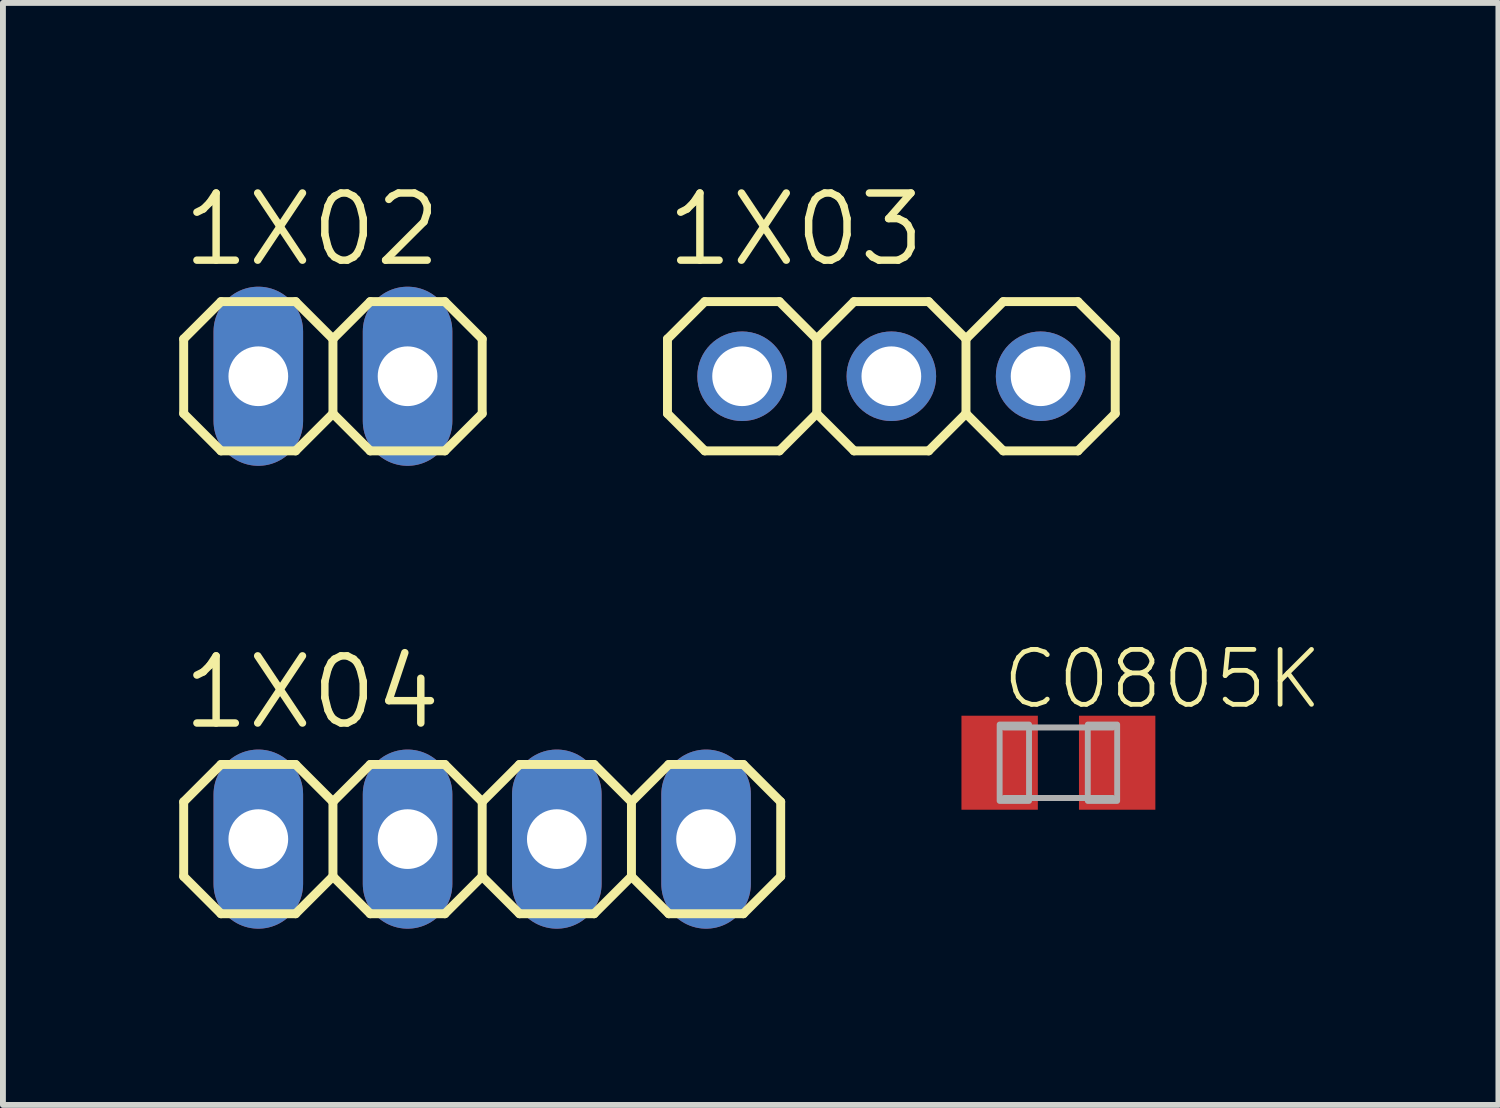
<source format=kicad_pcb>
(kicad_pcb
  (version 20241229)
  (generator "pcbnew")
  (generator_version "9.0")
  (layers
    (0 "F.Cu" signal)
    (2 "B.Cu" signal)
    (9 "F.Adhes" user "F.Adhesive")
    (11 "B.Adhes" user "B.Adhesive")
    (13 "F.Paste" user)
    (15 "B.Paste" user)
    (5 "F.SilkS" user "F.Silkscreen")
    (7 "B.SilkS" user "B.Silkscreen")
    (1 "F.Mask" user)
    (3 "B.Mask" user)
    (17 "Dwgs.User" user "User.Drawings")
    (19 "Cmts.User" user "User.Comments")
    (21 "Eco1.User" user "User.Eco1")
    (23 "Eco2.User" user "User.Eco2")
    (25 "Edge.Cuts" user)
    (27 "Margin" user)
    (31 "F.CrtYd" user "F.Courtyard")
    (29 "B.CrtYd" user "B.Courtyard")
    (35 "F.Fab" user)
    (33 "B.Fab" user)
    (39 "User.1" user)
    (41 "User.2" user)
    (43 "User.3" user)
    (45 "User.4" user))
  (footprint "1X04"
    (layer "F.Cu")
    (at 5.156 11.23)
    (property "Reference" "1X04" (at -5.156 -1.829 0) (layer "F.SilkS") (effects (font (size 1.143 1.143) (thickness 0.127)) (justify left bottom)))
    (fp_line (start -5.08 -0.635) (end -5.08 0.635) (stroke (width 0.152) (type solid)) (layer "F.SilkS"))
    (fp_line (start -5.08 0.635) (end -4.445 1.27) (stroke (width 0.152) (type solid)) (layer "F.SilkS"))
    (fp_line (start -4.445 -1.27) (end -5.08 -0.635) (stroke (width 0.152) (type solid)) (layer "F.SilkS"))
    (fp_line (start -4.445 -1.27) (end -3.175 -1.27) (stroke (width 0.152) (type solid)) (layer "F.SilkS"))
    (fp_line (start -3.175 -1.27) (end -2.54 -0.635) (stroke (width 0.152) (type solid)) (layer "F.SilkS"))
    (fp_line (start -3.175 1.27) (end -4.445 1.27) (stroke (width 0.152) (type solid)) (layer "F.SilkS"))
    (fp_line (start -2.54 -0.635) (end -2.54 0.635) (stroke (width 0.152) (type solid)) (layer "F.SilkS"))
    (fp_line (start -2.54 -0.635) (end -1.905 -1.27) (stroke (width 0.152) (type solid)) (layer "F.SilkS"))
    (fp_line (start -2.54 0.635) (end -3.175 1.27) (stroke (width 0.152) (type solid)) (layer "F.SilkS"))
    (fp_line (start -1.905 -1.27) (end -0.635 -1.27) (stroke (width 0.152) (type solid)) (layer "F.SilkS"))
    (fp_line (start -1.905 1.27) (end -2.54 0.635) (stroke (width 0.152) (type solid)) (layer "F.SilkS"))
    (fp_line (start -0.635 -1.27) (end 0 -0.635) (stroke (width 0.152) (type solid)) (layer "F.SilkS"))
    (fp_line (start -0.635 1.27) (end -1.905 1.27) (stroke (width 0.152) (type solid)) (layer "F.SilkS"))
    (fp_line (start 0 -0.635) (end 0 0.635) (stroke (width 0.152) (type solid)) (layer "F.SilkS"))
    (fp_line (start 0 -0.635) (end 0.635 -1.27) (stroke (width 0.152) (type solid)) (layer "F.SilkS"))
    (fp_line (start 0 0.635) (end -0.635 1.27) (stroke (width 0.152) (type solid)) (layer "F.SilkS"))
    (fp_line (start 0.635 -1.27) (end 1.905 -1.27) (stroke (width 0.152) (type solid)) (layer "F.SilkS"))
    (fp_line (start 0.635 1.27) (end 0 0.635) (stroke (width 0.152) (type solid)) (layer "F.SilkS"))
    (fp_line (start 1.905 -1.27) (end 2.54 -0.635) (stroke (width 0.152) (type solid)) (layer "F.SilkS"))
    (fp_line (start 1.905 1.27) (end 0.635 1.27) (stroke (width 0.152) (type solid)) (layer "F.SilkS"))
    (fp_line (start 2.54 -0.635) (end 2.54 0.635) (stroke (width 0.152) (type solid)) (layer "F.SilkS"))
    (fp_line (start 2.54 0.635) (end 1.905 1.27) (stroke (width 0.152) (type solid)) (layer "F.SilkS"))
    (fp_line (start 2.54 0.635) (end 3.175 1.27) (stroke (width 0.152) (type solid)) (layer "F.SilkS"))
    (fp_line (start 3.175 -1.27) (end 2.54 -0.635) (stroke (width 0.152) (type solid)) (layer "F.SilkS"))
    (fp_line (start 3.175 -1.27) (end 4.445 -1.27) (stroke (width 0.152) (type solid)) (layer "F.SilkS"))
    (fp_line (start 4.445 -1.27) (end 5.08 -0.635) (stroke (width 0.152) (type solid)) (layer "F.SilkS"))
    (fp_line (start 4.445 1.27) (end 3.175 1.27) (stroke (width 0.152) (type solid)) (layer "F.SilkS"))
    (fp_line (start 5.08 -0.635) (end 5.08 0.635) (stroke (width 0.152) (type solid)) (layer "F.SilkS"))
    (fp_line (start 5.08 0.635) (end 4.445 1.27) (stroke (width 0.152) (type solid)) (layer "F.SilkS"))
    (fp_poly (pts (xy -4.064 0.254) (xy -3.556 0.254) (xy -3.556 -0.254) (xy -4.064 -0.254)) (stroke (width 0.1) (type solid)) (fill no) (layer "F.Fab"))
    (fp_poly (pts (xy -1.524 0.254) (xy -1.016 0.254) (xy -1.016 -0.254) (xy -1.524 -0.254)) (stroke (width 0.1) (type solid)) (fill no) (layer "F.Fab"))
    (fp_poly (pts (xy 1.016 0.254) (xy 1.524 0.254) (xy 1.524 -0.254) (xy 1.016 -0.254)) (stroke (width 0.1) (type solid)) (fill no) (layer "F.Fab"))
    (fp_poly (pts (xy 3.556 0.254) (xy 4.064 0.254) (xy 4.064 -0.254) (xy 3.556 -0.254)) (stroke (width 0.1) (type solid)) (fill no) (layer "F.Fab"))
    (pad "1" thru_hole oval (at -3.81 0 90) (size 3.048 1.524) (drill 1.016) (layers "*.Cu" "*.Mask"))
    (pad "2" thru_hole oval (at -1.27 0 90) (size 3.048 1.524) (drill 1.016) (layers "*.Cu" "*.Mask"))
    (pad "3" thru_hole oval (at 1.27 0 90) (size 3.048 1.524) (drill 1.016) (layers "*.Cu" "*.Mask"))
    (pad "4" thru_hole oval (at 3.81 0 90) (size 3.048 1.524) (drill 1.016) (layers "*.Cu" "*.Mask")))
  (footprint "C0805K"
    (layer "F.Cu")
    (at 14.962 9.93)
    (property "Reference" "C0805K" (at -1 -0.875 0) (layer "F.SilkS") (effects (font (size 0.935 0.935) (thickness 0.081)) (justify left bottom)))
    (fp_line (start -0.925 -0.6) (end 0.925 -0.6) (stroke (width 0.102) (type solid)) (layer "F.Fab"))
    (fp_line (start 0.925 0.6) (end -0.925 0.6) (stroke (width 0.102) (type solid)) (layer "F.Fab"))
    (fp_poly (pts (xy -1 0.65) (xy -0.5 0.65) (xy -0.5 -0.65) (xy -1 -0.65)) (stroke (width 0.1) (type solid)) (fill no) (layer "F.Fab"))
    (fp_poly (pts (xy 0.5 0.65) (xy 1 0.65) (xy 1 -0.65) (xy 0.5 -0.65)) (stroke (width 0.1) (type solid)) (fill no) (layer "F.Fab"))
    (pad "1" smd rect (at -1 0) (size 1.3 1.6) (layers "F.Cu" "F.Mask" "F.Paste"))
    (pad "2" smd rect (at 1 0) (size 1.3 1.6) (layers "F.Cu" "F.Mask" "F.Paste")))
  (footprint "1X03"
    (layer "F.Cu")
    (at 12.119 3.353)
    (property "Reference" "1X03" (at -3.886 -1.829 0) (layer "F.SilkS") (effects (font (size 1.143 1.143) (thickness 0.127)) (justify left bottom)))
    (fp_line (start -3.81 -0.635) (end -3.81 0.635) (stroke (width 0.152) (type solid)) (layer "F.SilkS"))
    (fp_line (start -3.81 0.635) (end -3.175 1.27) (stroke (width 0.152) (type solid)) (layer "F.SilkS"))
    (fp_line (start -3.175 -1.27) (end -3.81 -0.635) (stroke (width 0.152) (type solid)) (layer "F.SilkS"))
    (fp_line (start -3.175 -1.27) (end -1.905 -1.27) (stroke (width 0.152) (type solid)) (layer "F.SilkS"))
    (fp_line (start -1.905 -1.27) (end -1.27 -0.635) (stroke (width 0.152) (type solid)) (layer "F.SilkS"))
    (fp_line (start -1.905 1.27) (end -3.175 1.27) (stroke (width 0.152) (type solid)) (layer "F.SilkS"))
    (fp_line (start -1.27 -0.635) (end -1.27 0.635) (stroke (width 0.152) (type solid)) (layer "F.SilkS"))
    (fp_line (start -1.27 -0.635) (end -0.635 -1.27) (stroke (width 0.152) (type solid)) (layer "F.SilkS"))
    (fp_line (start -1.27 0.635) (end -1.905 1.27) (stroke (width 0.152) (type solid)) (layer "F.SilkS"))
    (fp_line (start -0.635 -1.27) (end 0.635 -1.27) (stroke (width 0.152) (type solid)) (layer "F.SilkS"))
    (fp_line (start -0.635 1.27) (end -1.27 0.635) (stroke (width 0.152) (type solid)) (layer "F.SilkS"))
    (fp_line (start 0.635 -1.27) (end 1.27 -0.635) (stroke (width 0.152) (type solid)) (layer "F.SilkS"))
    (fp_line (start 0.635 1.27) (end -0.635 1.27) (stroke (width 0.152) (type solid)) (layer "F.SilkS"))
    (fp_line (start 1.27 -0.635) (end 1.27 0.635) (stroke (width 0.152) (type solid)) (layer "F.SilkS"))
    (fp_line (start 1.27 -0.635) (end 1.905 -1.27) (stroke (width 0.152) (type solid)) (layer "F.SilkS"))
    (fp_line (start 1.27 0.635) (end 0.635 1.27) (stroke (width 0.152) (type solid)) (layer "F.SilkS"))
    (fp_line (start 1.905 -1.27) (end 3.175 -1.27) (stroke (width 0.152) (type solid)) (layer "F.SilkS"))
    (fp_line (start 1.905 1.27) (end 1.27 0.635) (stroke (width 0.152) (type solid)) (layer "F.SilkS"))
    (fp_line (start 3.175 -1.27) (end 3.81 -0.635) (stroke (width 0.152) (type solid)) (layer "F.SilkS"))
    (fp_line (start 3.175 1.27) (end 1.905 1.27) (stroke (width 0.152) (type solid)) (layer "F.SilkS"))
    (fp_line (start 3.81 -0.635) (end 3.81 0.635) (stroke (width 0.152) (type solid)) (layer "F.SilkS"))
    (fp_line (start 3.81 0.635) (end 3.175 1.27) (stroke (width 0.152) (type solid)) (layer "F.SilkS"))
    (fp_poly (pts (xy -2.794 0.254) (xy -2.286 0.254) (xy -2.286 -0.254) (xy -2.794 -0.254)) (stroke (width 0.1) (type solid)) (fill no) (layer "F.Fab"))
    (fp_poly (pts (xy -0.254 0.254) (xy 0.254 0.254) (xy 0.254 -0.254) (xy -0.254 -0.254)) (stroke (width 0.1) (type solid)) (fill no) (layer "F.Fab"))
    (fp_poly (pts (xy 2.286 0.254) (xy 2.794 0.254) (xy 2.794 -0.254) (xy 2.286 -0.254)) (stroke (width 0.1) (type solid)) (fill no) (layer "F.Fab"))
    (pad "1" thru_hole circle (at -2.54 0 90) (size 1.524 1.524) (drill 1.016) (layers "*.Cu" "*.Mask"))
    (pad "2" thru_hole circle (at 0 0 90) (size 1.524 1.524) (drill 1.016) (layers "*.Cu" "*.Mask"))
    (pad "3" thru_hole circle (at 2.54 0 90) (size 1.524 1.524) (drill 1.016) (layers "*.Cu" "*.Mask")))
  (footprint "1X02"
    (layer "F.Cu")
    (at 2.616 3.353)
    (property "Reference" "1X02" (at -2.616 -1.829 0) (layer "F.SilkS") (effects (font (size 1.143 1.143) (thickness 0.127)) (justify left bottom)))
    (fp_line (start -2.54 -0.635) (end -2.54 0.635) (stroke (width 0.152) (type solid)) (layer "F.SilkS"))
    (fp_line (start -2.54 0.635) (end -1.905 1.27) (stroke (width 0.152) (type solid)) (layer "F.SilkS"))
    (fp_line (start -1.905 -1.27) (end -2.54 -0.635) (stroke (width 0.152) (type solid)) (layer "F.SilkS"))
    (fp_line (start -1.905 -1.27) (end -0.635 -1.27) (stroke (width 0.152) (type solid)) (layer "F.SilkS"))
    (fp_line (start -0.635 -1.27) (end 0 -0.635) (stroke (width 0.152) (type solid)) (layer "F.SilkS"))
    (fp_line (start -0.635 1.27) (end -1.905 1.27) (stroke (width 0.152) (type solid)) (layer "F.SilkS"))
    (fp_line (start 0 -0.635) (end 0 0.635) (stroke (width 0.152) (type solid)) (layer "F.SilkS"))
    (fp_line (start 0 -0.635) (end 0.635 -1.27) (stroke (width 0.152) (type solid)) (layer "F.SilkS"))
    (fp_line (start 0 0.635) (end -0.635 1.27) (stroke (width 0.152) (type solid)) (layer "F.SilkS"))
    (fp_line (start 0.635 -1.27) (end 1.905 -1.27) (stroke (width 0.152) (type solid)) (layer "F.SilkS"))
    (fp_line (start 0.635 1.27) (end 0 0.635) (stroke (width 0.152) (type solid)) (layer "F.SilkS"))
    (fp_line (start 1.905 -1.27) (end 2.54 -0.635) (stroke (width 0.152) (type solid)) (layer "F.SilkS"))
    (fp_line (start 1.905 1.27) (end 0.635 1.27) (stroke (width 0.152) (type solid)) (layer "F.SilkS"))
    (fp_line (start 2.54 -0.635) (end 2.54 0.635) (stroke (width 0.152) (type solid)) (layer "F.SilkS"))
    (fp_line (start 2.54 0.635) (end 1.905 1.27) (stroke (width 0.152) (type solid)) (layer "F.SilkS"))
    (fp_poly (pts (xy -1.524 0.254) (xy -1.016 0.254) (xy -1.016 -0.254) (xy -1.524 -0.254)) (stroke (width 0.1) (type solid)) (fill no) (layer "F.Fab"))
    (fp_poly (pts (xy 1.016 0.254) (xy 1.524 0.254) (xy 1.524 -0.254) (xy 1.016 -0.254)) (stroke (width 0.1) (type solid)) (fill no) (layer "F.Fab"))
    (pad "1" thru_hole oval (at -1.27 0 90) (size 3.048 1.524) (drill 1.016) (layers "*.Cu" "*.Mask"))
    (pad "2" thru_hole oval (at 1.27 0 90) (size 3.048 1.524) (drill 1.016) (layers "*.Cu" "*.Mask")))
  (gr_rect
    (start -3 -3)
    (end 22.45 15.754)
    (stroke (width 0.1) (type default))
    (fill no)
    (layer "Edge.Cuts")))
</source>
